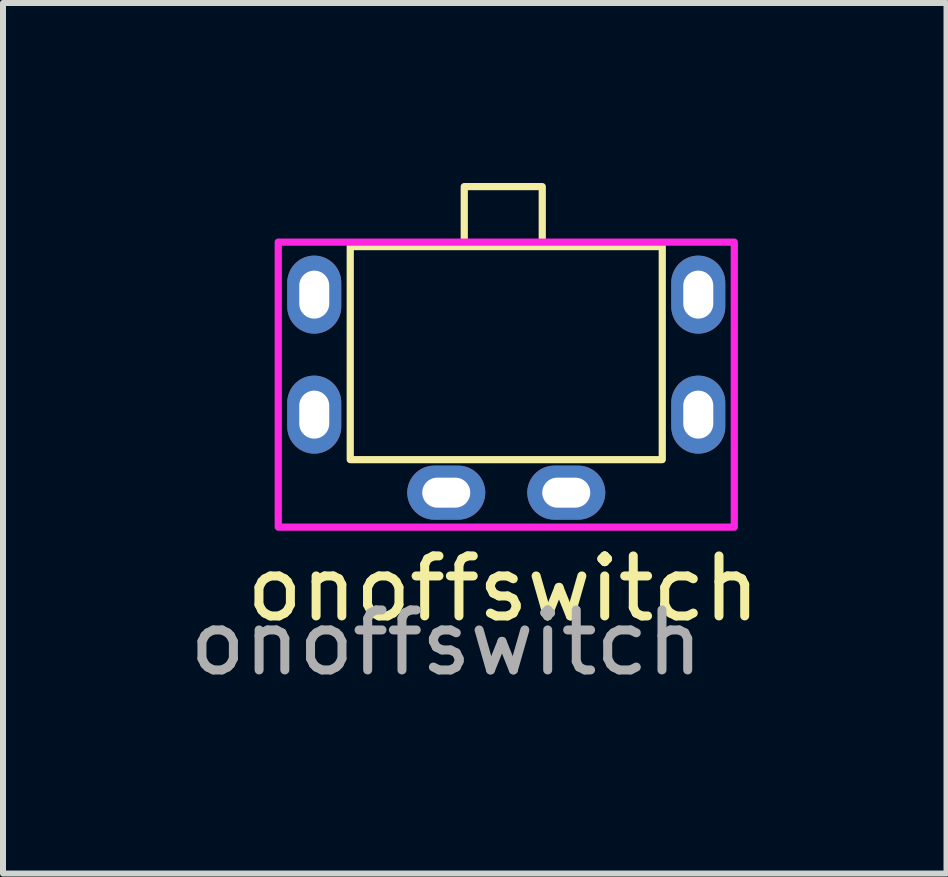
<source format=kicad_pcb>
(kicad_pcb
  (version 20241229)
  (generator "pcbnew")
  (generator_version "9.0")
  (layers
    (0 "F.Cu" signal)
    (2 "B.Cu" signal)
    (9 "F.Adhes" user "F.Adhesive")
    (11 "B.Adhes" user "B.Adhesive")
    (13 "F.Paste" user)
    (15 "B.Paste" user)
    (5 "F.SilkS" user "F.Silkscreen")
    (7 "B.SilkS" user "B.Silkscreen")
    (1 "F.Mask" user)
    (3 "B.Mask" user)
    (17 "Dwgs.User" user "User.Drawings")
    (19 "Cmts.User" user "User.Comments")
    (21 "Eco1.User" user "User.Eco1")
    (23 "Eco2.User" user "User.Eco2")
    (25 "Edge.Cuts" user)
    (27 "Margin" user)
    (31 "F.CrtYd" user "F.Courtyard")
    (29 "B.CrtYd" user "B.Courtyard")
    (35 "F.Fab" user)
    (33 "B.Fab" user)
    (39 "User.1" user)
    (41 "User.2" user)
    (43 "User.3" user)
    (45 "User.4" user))
  (footprint "onoffswitch"
    (layer "F.Cu")
    (at 4.387 5.16)
    (property "Reference" "onoffswitch" (at 0.95 1.6 0) (unlocked yes) (layer "F.SilkS") (effects (font (size 1 1) (thickness 0.15))))
    (attr through_hole)
    (fp_rect (start -1.6 -4.1) (end 3.6 -0.55) (stroke (width 0.12) (type default)) (fill no) (layer "F.SilkS"))
    (fp_rect (start 0.3 -4.15) (end 1.6 -5.1) (stroke (width 0.12) (type default)) (fill no) (layer "F.SilkS"))
    (fp_rect (start -2.8 -4.175) (end 4.8 0.575) (stroke (width 0.12) (type default)) (fill no) (layer "F.CrtYd"))
    (fp_text user "${REFERENCE}" (at 0 2.5 0) (unlocked yes) (layer "F.Fab") (effects (font (size 1 1) (thickness 0.15))))
    (pad "" thru_hole oval (at -2.2 -3.3 90) (size 1.3 0.9) (drill oval 0.8 0.5) (layers "*.Cu" "*.Mask"))
    (pad "" thru_hole oval (at 4.2 -3.3 90) (size 1.3 0.9) (drill oval 0.8 0.5) (layers "*.Cu" "*.Mask"))
    (pad "1" thru_hole oval (at -2.2 -1.3 90) (size 1.3 0.9) (drill oval 0.8 0.5) (layers "*.Cu" "*.Mask"))
    (pad "1" thru_hole oval (at 0 0) (size 1.3 0.9) (drill oval 0.8 0.5) (layers "*.Cu" "*.Mask"))
    (pad "2" thru_hole oval (at 2 0) (size 1.3 0.9) (drill oval 0.8 0.5) (layers "*.Cu" "*.Mask"))
    (pad "2" thru_hole oval (at 4.2 -1.3 90) (size 1.3 0.9) (drill oval 0.8 0.5) (layers "*.Cu" "*.Mask")))
  (gr_rect
    (start -3 -3)
    (end 12.724 11.508)
    (stroke (width 0.1) (type default))
    (fill no)
    (layer "Edge.Cuts")))
</source>
